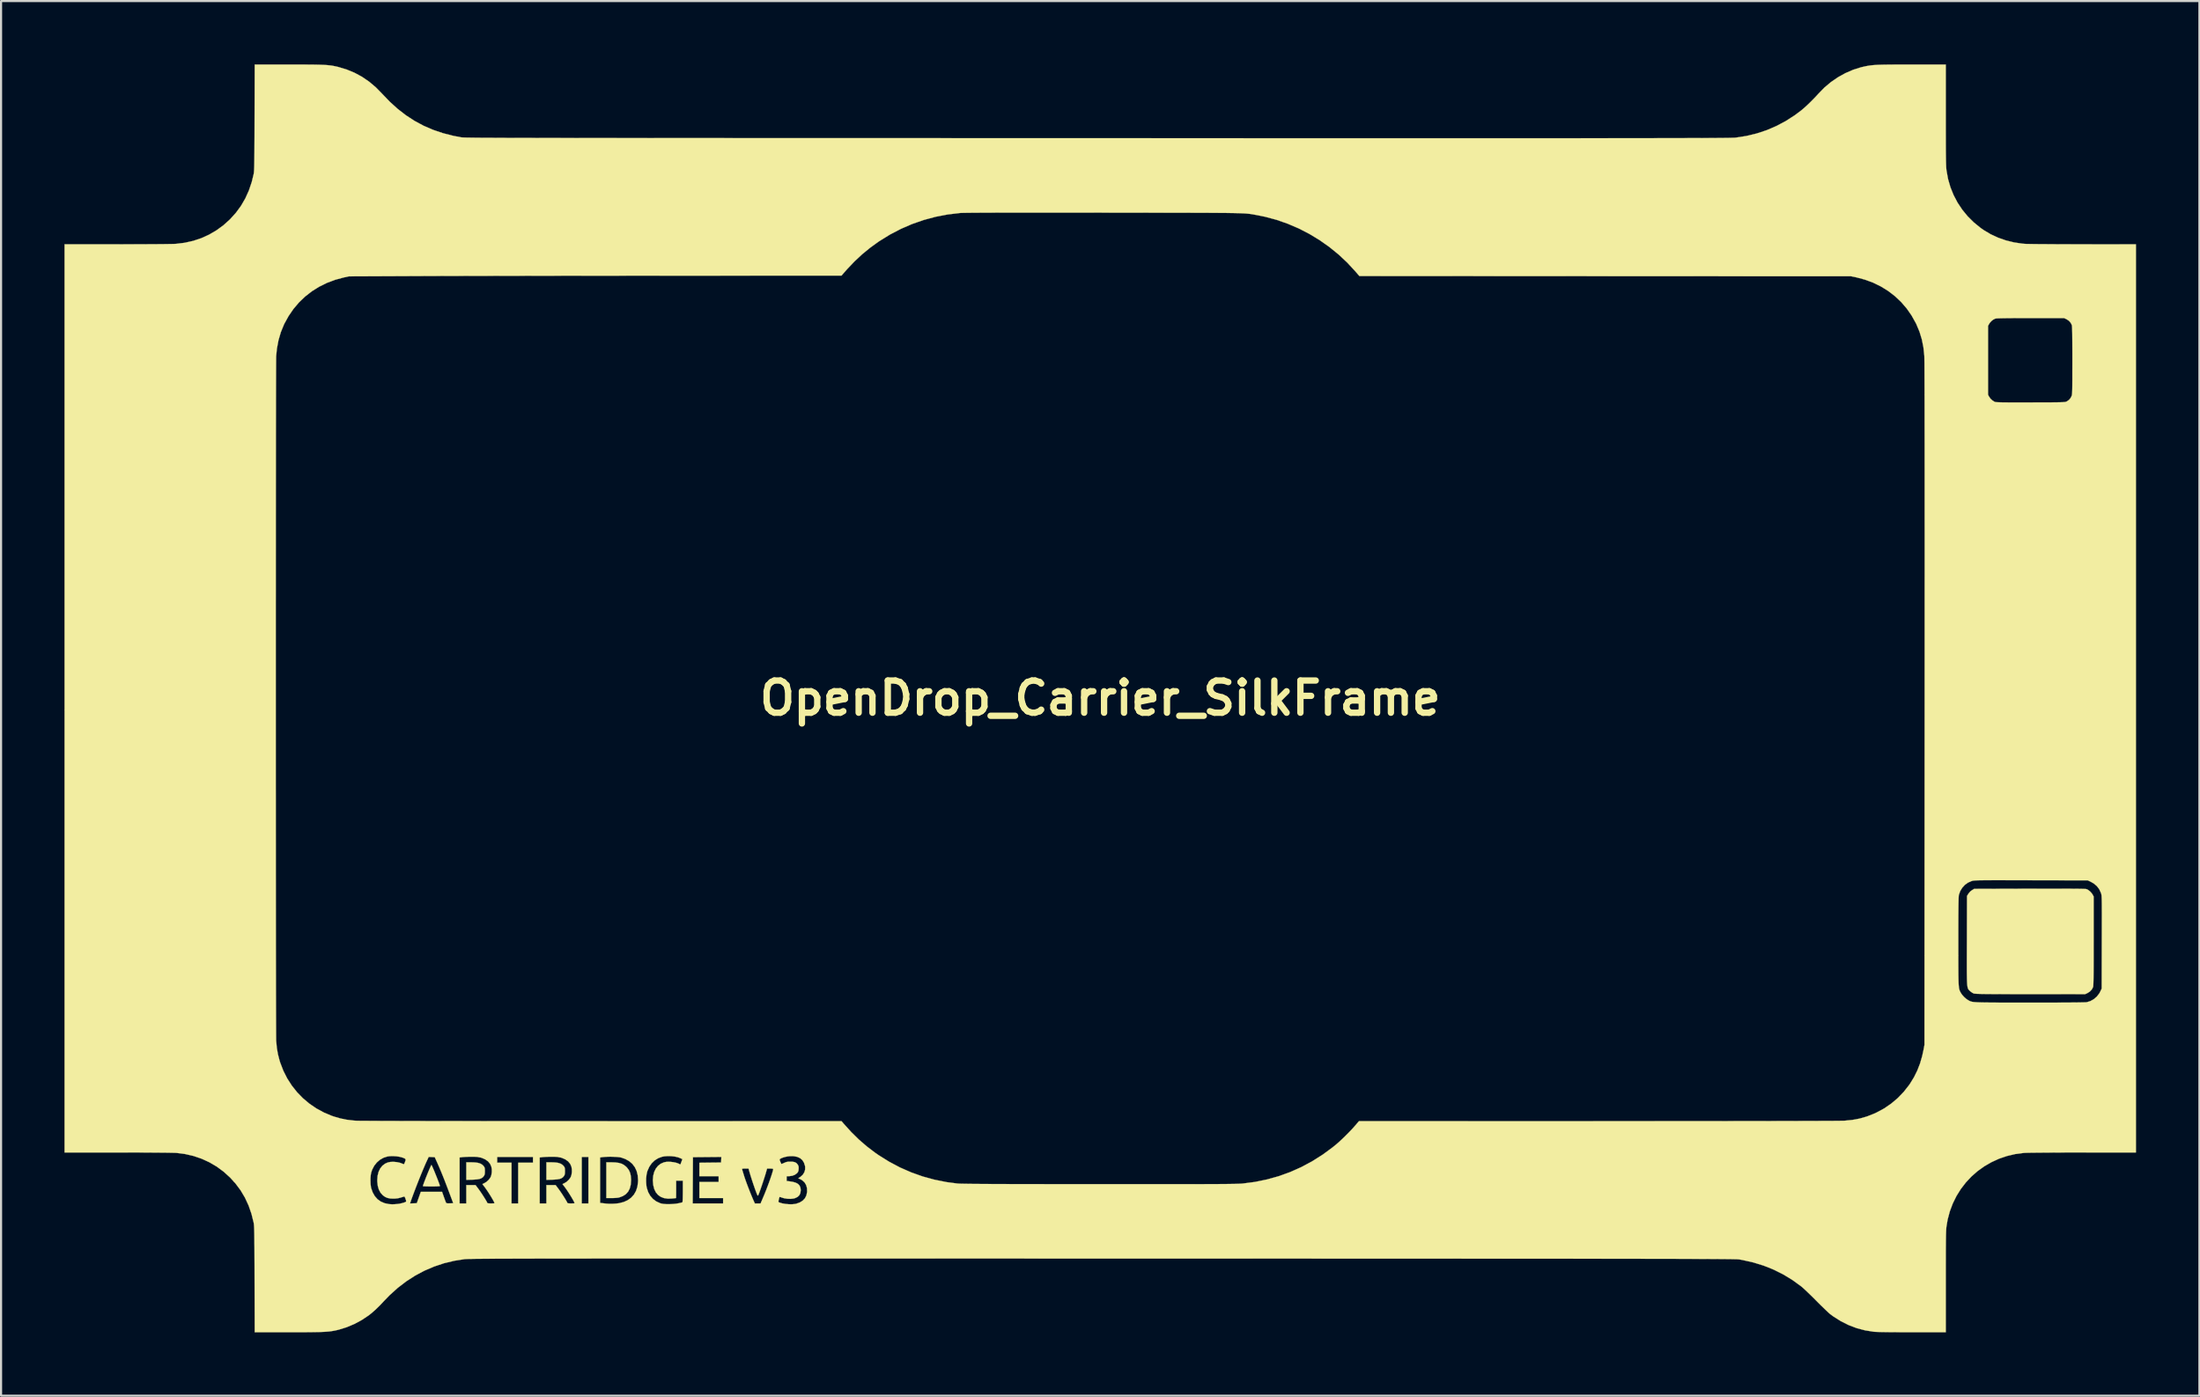
<source format=kicad_pcb>
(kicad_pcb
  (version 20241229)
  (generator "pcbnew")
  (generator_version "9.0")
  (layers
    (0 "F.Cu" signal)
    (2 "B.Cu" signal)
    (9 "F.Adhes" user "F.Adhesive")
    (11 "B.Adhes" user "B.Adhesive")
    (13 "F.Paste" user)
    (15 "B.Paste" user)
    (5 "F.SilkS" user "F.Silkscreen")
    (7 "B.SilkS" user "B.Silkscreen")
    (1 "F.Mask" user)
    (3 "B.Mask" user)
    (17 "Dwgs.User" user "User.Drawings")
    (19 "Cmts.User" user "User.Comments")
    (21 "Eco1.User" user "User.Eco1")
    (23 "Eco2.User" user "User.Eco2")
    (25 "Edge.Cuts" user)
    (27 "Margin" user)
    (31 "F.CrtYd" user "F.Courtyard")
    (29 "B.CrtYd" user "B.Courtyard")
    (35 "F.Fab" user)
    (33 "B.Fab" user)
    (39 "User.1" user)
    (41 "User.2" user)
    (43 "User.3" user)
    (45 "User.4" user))
  (footprint "OpenDrop_Carrier_SilkFrame"
    (layer "F.Cu")
    (at 49.006 29.998)
    (property "Reference" "OpenDrop_Carrier_SilkFrame" (at 0 0 0) (layer "F.SilkS") (effects (font (size 1.524 1.524) (thickness 0.3))))
    (attr through_hole)
    (fp_poly (pts (xy -29.595 21.977) (xy -29.454 21.994) (xy -29.341 22.027) (xy -29.252 22.075) (xy -29.181 22.141) (xy -29.159 22.168) (xy -29.135 22.21) (xy -29.121 22.261) (xy -29.115 22.334) (xy -29.115 22.391) (xy -29.117 22.48) (xy -29.125 22.541) (xy -29.143 22.588) (xy -29.166 22.625) (xy -29.216 22.682) (xy -29.279 22.725) (xy -29.36 22.756) (xy -29.467 22.776) (xy -29.605 22.788) (xy -29.702 22.793) (xy -29.993 22.801) (xy -29.993 21.971) (xy -29.772 21.971) (xy -29.595 21.977)) (stroke (width 0.01) (type solid)) (fill yes) (layer "F.SilkS"))
    (fp_poly (pts (xy -25.806 21.977) (xy -25.665 21.994) (xy -25.553 22.027) (xy -25.463 22.075) (xy -25.392 22.141) (xy -25.37 22.168) (xy -25.346 22.21) (xy -25.332 22.261) (xy -25.327 22.334) (xy -25.326 22.391) (xy -25.328 22.48) (xy -25.336 22.541) (xy -25.354 22.588) (xy -25.377 22.625) (xy -25.427 22.682) (xy -25.49 22.725) (xy -25.571 22.756) (xy -25.678 22.776) (xy -25.816 22.788) (xy -25.913 22.793) (xy -26.204 22.801) (xy -26.204 21.971) (xy -25.983 21.971) (xy -25.806 21.977)) (stroke (width 0.01) (type solid)) (fill yes) (layer "F.SilkS"))
    (fp_poly (pts (xy -22.942 21.978) (xy -22.782 21.999) (xy -22.648 22.038) (xy -22.535 22.097) (xy -22.434 22.177) (xy -22.387 22.226) (xy -22.304 22.338) (xy -22.246 22.464) (xy -22.212 22.611) (xy -22.199 22.787) (xy -22.199 22.828) (xy -22.214 23.034) (xy -22.26 23.21) (xy -22.336 23.357) (xy -22.443 23.476) (xy -22.582 23.567) (xy -22.753 23.632) (xy -22.765 23.636) (xy -22.832 23.648) (xy -22.928 23.657) (xy -23.04 23.663) (xy -23.119 23.664) (xy -23.368 23.664) (xy -23.368 21.971) (xy -23.136 21.971) (xy -22.942 21.978)) (stroke (width 0.01) (type solid)) (fill yes) (layer "F.SilkS"))
    (fp_poly (pts (xy -31.63 22.117) (xy -31.605 22.169) (xy -31.57 22.247) (xy -31.528 22.346) (xy -31.481 22.459) (xy -31.433 22.579) (xy -31.384 22.7) (xy -31.339 22.816) (xy -31.3 22.92) (xy -31.269 23.005) (xy -31.249 23.066) (xy -31.242 23.094) (xy -31.262 23.101) (xy -31.319 23.106) (xy -31.408 23.111) (xy -31.523 23.113) (xy -31.644 23.114) (xy -31.769 23.113) (xy -31.879 23.111) (xy -31.966 23.108) (xy -32.024 23.103) (xy -32.046 23.098) (xy -32.046 23.098) (xy -32.039 23.065) (xy -32.018 23.002) (xy -31.986 22.914) (xy -31.946 22.809) (xy -31.901 22.692) (xy -31.852 22.57) (xy -31.803 22.45) (xy -31.756 22.338) (xy -31.714 22.241) (xy -31.68 22.164) (xy -31.655 22.114) (xy -31.643 22.098) (xy -31.63 22.117)) (stroke (width 0.01) (type solid)) (fill yes) (layer "F.SilkS"))
    (fp_poly (pts (xy 45.436 9.02) (xy 45.707 9.021) (xy 45.942 9.022) (xy 46.142 9.023) (xy 46.307 9.025) (xy 46.439 9.027) (xy 46.54 9.03) (xy 46.61 9.033) (xy 46.65 9.037) (xy 46.658 9.038) (xy 46.744 9.08) (xy 46.833 9.149) (xy 46.912 9.235) (xy 46.954 9.301) (xy 47.001 9.387) (xy 47.001 11.493) (xy 47 11.85) (xy 47 12.167) (xy 47 12.446) (xy 46.999 12.689) (xy 46.998 12.9) (xy 46.996 13.08) (xy 46.995 13.231) (xy 46.993 13.356) (xy 46.99 13.457) (xy 46.987 13.536) (xy 46.984 13.597) (xy 46.98 13.64) (xy 46.975 13.669) (xy 46.972 13.681) (xy 46.912 13.793) (xy 46.819 13.89) (xy 46.704 13.963) (xy 46.598 14.012) (xy 44.005 14.01) (xy 43.614 14.01) (xy 43.263 14.01) (xy 42.949 14.009) (xy 42.672 14.009) (xy 42.427 14.008) (xy 42.215 14.007) (xy 42.031 14.005) (xy 41.874 14.004) (xy 41.743 14.002) (xy 41.633 14) (xy 41.544 13.997) (xy 41.473 13.995) (xy 41.419 13.991) (xy 41.378 13.988) (xy 41.348 13.984) (xy 41.328 13.979) (xy 41.324 13.978) (xy 41.256 13.943) (xy 41.184 13.891) (xy 41.15 13.862) (xy 41.126 13.838) (xy 41.105 13.817) (xy 41.086 13.796) (xy 41.069 13.772) (xy 41.055 13.743) (xy 41.043 13.706) (xy 41.033 13.659) (xy 41.024 13.599) (xy 41.017 13.525) (xy 41.012 13.432) (xy 41.008 13.319) (xy 41.005 13.184) (xy 41.003 13.023) (xy 41.002 12.834) (xy 41.002 12.615) (xy 41.002 12.363) (xy 41.003 12.076) (xy 41.004 11.751) (xy 41.005 11.469) (xy 41.01 9.363) (xy 41.074 9.259) (xy 41.156 9.159) (xy 41.242 9.092) (xy 41.346 9.028) (xy 43.962 9.021) (xy 44.391 9.02) (xy 44.779 9.02) (xy 45.127 9.02) (xy 45.436 9.02)) (stroke (width 0.01) (type solid)) (fill yes) (layer "F.SilkS"))
    (fp_poly (pts (xy -38.071 -29.993) (xy -37.78 -29.992) (xy -37.525 -29.991) (xy -37.303 -29.99) (xy -37.109 -29.987) (xy -36.941 -29.983) (xy -36.796 -29.978) (xy -36.67 -29.972) (xy -36.559 -29.964) (xy -36.461 -29.954) (xy -36.372 -29.943) (xy -36.289 -29.929) (xy -36.209 -29.913) (xy -36.127 -29.895) (xy -36.057 -29.879) (xy -35.661 -29.76) (xy -35.285 -29.605) (xy -34.928 -29.412) (xy -34.59 -29.181) (xy -34.273 -28.913) (xy -33.982 -28.616) (xy -33.617 -28.235) (xy -33.24 -27.893) (xy -32.849 -27.59) (xy -32.442 -27.325) (xy -32.016 -27.096) (xy -31.57 -26.903) (xy -31.101 -26.744) (xy -30.608 -26.618) (xy -30.243 -26.548) (xy -30.232 -26.547) (xy -30.217 -26.545) (xy -30.198 -26.544) (xy -30.175 -26.542) (xy -30.147 -26.541) (xy -30.113 -26.539) (xy -30.073 -26.538) (xy -30.025 -26.536) (xy -29.97 -26.535) (xy -29.906 -26.534) (xy -29.833 -26.533) (xy -29.751 -26.532) (xy -29.658 -26.531) (xy -29.554 -26.529) (xy -29.438 -26.528) (xy -29.31 -26.527) (xy -29.17 -26.526) (xy -29.015 -26.526) (xy -28.846 -26.525) (xy -28.663 -26.524) (xy -28.463 -26.523) (xy -28.248 -26.522) (xy -28.015 -26.521) (xy -27.765 -26.521) (xy -27.497 -26.52) (xy -27.21 -26.519) (xy -26.904 -26.519) (xy -26.577 -26.518) (xy -26.23 -26.517) (xy -25.861 -26.517) (xy -25.47 -26.516) (xy -25.057 -26.516) (xy -24.62 -26.515) (xy -24.159 -26.515) (xy -23.673 -26.514) (xy -23.162 -26.514) (xy -22.625 -26.513) (xy -22.061 -26.513) (xy -21.47 -26.513) (xy -20.851 -26.512) (xy -20.203 -26.512) (xy -19.526 -26.511) (xy -18.82 -26.511) (xy -18.082 -26.511) (xy -17.314 -26.51) (xy -16.513 -26.51) (xy -15.681 -26.51) (xy -14.814 -26.51) (xy -13.915 -26.509) (xy -12.98 -26.509) (xy -12.011 -26.509) (xy -11.006 -26.508) (xy -9.964 -26.508) (xy -8.885 -26.508) (xy -7.769 -26.508) (xy -6.614 -26.507) (xy -5.42 -26.507) (xy -4.187 -26.507) (xy -2.913 -26.506) (xy -1.598 -26.506) (xy -0.242 -26.506) (xy -0.127 -26.506) (xy 1.238 -26.506) (xy 2.561 -26.505) (xy 3.842 -26.505) (xy 5.084 -26.505) (xy 6.286 -26.505) (xy 7.448 -26.504) (xy 8.572 -26.504) (xy 9.659 -26.504) (xy 10.708 -26.504) (xy 11.721 -26.504) (xy 12.698 -26.504) (xy 13.639 -26.504) (xy 14.546 -26.504) (xy 15.419 -26.504) (xy 16.259 -26.503) (xy 17.066 -26.503) (xy 17.841 -26.504) (xy 18.585 -26.504) (xy 19.298 -26.504) (xy 19.981 -26.504) (xy 20.635 -26.504) (xy 21.26 -26.504) (xy 21.857 -26.504) (xy 22.426 -26.504) (xy 22.969 -26.505) (xy 23.485 -26.505) (xy 23.976 -26.505) (xy 24.442 -26.506) (xy 24.883 -26.506) (xy 25.301 -26.506) (xy 25.697 -26.507) (xy 26.069 -26.507) (xy 26.421 -26.508) (xy 26.751 -26.508) (xy 27.061 -26.509) (xy 27.351 -26.509) (xy 27.622 -26.51) (xy 27.874 -26.511) (xy 28.109 -26.511) (xy 28.327 -26.512) (xy 28.528 -26.513) (xy 28.714 -26.513) (xy 28.884 -26.514) (xy 29.04 -26.515) (xy 29.182 -26.516) (xy 29.31 -26.517) (xy 29.426 -26.518) (xy 29.53 -26.519) (xy 29.623 -26.52) (xy 29.705 -26.521) (xy 29.777 -26.523) (xy 29.839 -26.524) (xy 29.893 -26.525) (xy 29.939 -26.526) (xy 29.978 -26.528) (xy 30.009 -26.529) (xy 30.035 -26.53) (xy 30.055 -26.532) (xy 30.067 -26.533) (xy 30.569 -26.611) (xy 31.058 -26.729) (xy 31.533 -26.886) (xy 31.992 -27.083) (xy 32.435 -27.318) (xy 32.86 -27.592) (xy 33.163 -27.819) (xy 33.29 -27.926) (xy 33.435 -28.057) (xy 33.589 -28.205) (xy 33.744 -28.361) (xy 33.892 -28.516) (xy 33.984 -28.617) (xy 34.266 -28.906) (xy 34.575 -29.165) (xy 34.905 -29.392) (xy 35.254 -29.585) (xy 35.617 -29.743) (xy 35.991 -29.861) (xy 36.191 -29.907) (xy 36.271 -29.923) (xy 36.348 -29.936) (xy 36.426 -29.948) (xy 36.508 -29.958) (xy 36.597 -29.966) (xy 36.698 -29.973) (xy 36.813 -29.979) (xy 36.946 -29.983) (xy 37.099 -29.987) (xy 37.277 -29.989) (xy 37.483 -29.991) (xy 37.72 -29.992) (xy 37.992 -29.993) (xy 38.302 -29.993) (xy 38.406 -29.993) (xy 40.005 -29.993) (xy 40.005 -27.613) (xy 40.005 -27.234) (xy 40.005 -26.895) (xy 40.006 -26.593) (xy 40.006 -26.326) (xy 40.007 -26.092) (xy 40.008 -25.887) (xy 40.01 -25.71) (xy 40.012 -25.559) (xy 40.014 -25.429) (xy 40.017 -25.32) (xy 40.02 -25.229) (xy 40.023 -25.152) (xy 40.027 -25.088) (xy 40.032 -25.035) (xy 40.037 -24.989) (xy 40.038 -24.983) (xy 40.111 -24.578) (xy 40.224 -24.187) (xy 40.375 -23.813) (xy 40.562 -23.457) (xy 40.785 -23.121) (xy 41.041 -22.809) (xy 41.331 -22.521) (xy 41.651 -22.26) (xy 41.806 -22.152) (xy 42.13 -21.959) (xy 42.48 -21.797) (xy 42.849 -21.668) (xy 43.232 -21.573) (xy 43.622 -21.515) (xy 43.741 -21.505) (xy 43.798 -21.502) (xy 43.894 -21.5) (xy 44.027 -21.498) (xy 44.193 -21.495) (xy 44.39 -21.493) (xy 44.613 -21.492) (xy 44.861 -21.49) (xy 45.13 -21.488) (xy 45.418 -21.487) (xy 45.721 -21.486) (xy 46.035 -21.485) (xy 46.36 -21.485) (xy 46.508 -21.485) (xy 49.001 -21.484) (xy 49.001 21.505) (xy 46.477 21.506) (xy 46.12 21.506) (xy 45.777 21.506) (xy 45.452 21.507) (xy 45.146 21.509) (xy 44.861 21.51) (xy 44.602 21.512) (xy 44.369 21.514) (xy 44.166 21.516) (xy 43.995 21.518) (xy 43.859 21.521) (xy 43.76 21.524) (xy 43.701 21.527) (xy 43.699 21.527) (xy 43.292 21.58) (xy 42.899 21.673) (xy 42.523 21.801) (xy 42.165 21.965) (xy 41.827 22.161) (xy 41.511 22.387) (xy 41.22 22.643) (xy 40.955 22.926) (xy 40.718 23.234) (xy 40.511 23.565) (xy 40.337 23.918) (xy 40.197 24.29) (xy 40.093 24.679) (xy 40.038 25.004) (xy 40.032 25.049) (xy 40.028 25.101) (xy 40.024 25.163) (xy 40.02 25.238) (xy 40.017 25.327) (xy 40.014 25.433) (xy 40.012 25.56) (xy 40.01 25.708) (xy 40.009 25.881) (xy 40.007 26.082) (xy 40.006 26.311) (xy 40.006 26.573) (xy 40.005 26.87) (xy 40.005 27.204) (xy 40.005 27.577) (xy 40.005 27.634) (xy 40.005 30.014) (xy 38.406 30.014) (xy 38.09 30.014) (xy 37.798 30.013) (xy 37.531 30.012) (xy 37.292 30.01) (xy 37.084 30.007) (xy 36.908 30.004) (xy 36.767 30) (xy 36.665 29.996) (xy 36.602 29.992) (xy 36.602 29.992) (xy 36.19 29.926) (xy 35.791 29.821) (xy 35.407 29.675) (xy 35.038 29.49) (xy 34.683 29.265) (xy 34.544 29.163) (xy 34.496 29.123) (xy 34.424 29.057) (xy 34.331 28.969) (xy 34.222 28.864) (xy 34.101 28.747) (xy 33.974 28.621) (xy 33.877 28.523) (xy 33.746 28.391) (xy 33.615 28.263) (xy 33.491 28.143) (xy 33.378 28.035) (xy 33.281 27.945) (xy 33.206 27.877) (xy 33.168 27.846) (xy 32.754 27.545) (xy 32.321 27.281) (xy 31.866 27.053) (xy 31.392 26.863) (xy 30.896 26.71) (xy 30.38 26.594) (xy 30.243 26.57) (xy 30.232 26.568) (xy 30.217 26.566) (xy 30.198 26.565) (xy 30.175 26.563) (xy 30.147 26.562) (xy 30.113 26.56) (xy 30.073 26.559) (xy 30.025 26.558) (xy 29.97 26.556) (xy 29.906 26.555) (xy 29.833 26.554) (xy 29.751 26.553) (xy 29.658 26.552) (xy 29.554 26.551) (xy 29.438 26.55) (xy 29.31 26.549) (xy 29.17 26.548) (xy 29.015 26.547) (xy 28.846 26.546) (xy 28.663 26.545) (xy 28.463 26.544) (xy 28.248 26.543) (xy 28.015 26.543) (xy 27.765 26.542) (xy 27.497 26.541) (xy 27.21 26.54) (xy 26.904 26.54) (xy 26.577 26.539) (xy 26.23 26.539) (xy 25.861 26.538) (xy 25.47 26.537) (xy 25.057 26.537) (xy 24.62 26.536) (xy 24.159 26.536) (xy 23.673 26.535) (xy 23.162 26.535) (xy 22.625 26.535) (xy 22.061 26.534) (xy 21.47 26.534) (xy 20.851 26.533) (xy 20.203 26.533) (xy 19.526 26.533) (xy 18.82 26.532) (xy 18.082 26.532) (xy 17.314 26.532) (xy 16.513 26.531) (xy 15.681 26.531) (xy 14.814 26.531) (xy 13.915 26.53) (xy 12.98 26.53) (xy 12.011 26.53) (xy 11.006 26.53) (xy 9.964 26.529) (xy 8.885 26.529) (xy 7.769 26.529) (xy 6.614 26.528) (xy 5.42 26.528) (xy 4.187 26.528) (xy 2.913 26.528) (xy 1.598 26.527) (xy 0.242 26.527) (xy 0.127 26.527) (xy -1.238 26.527) (xy -2.561 26.527) (xy -3.842 26.526) (xy -5.084 26.526) (xy -6.286 26.526) (xy -7.448 26.526) (xy -8.572 26.525) (xy -9.659 26.525) (xy -10.708 26.525) (xy -11.721 26.525) (xy -12.698 26.525) (xy -13.639 26.525) (xy -14.546 26.525) (xy -15.419 26.525) (xy -16.259 26.525) (xy -17.066 26.525) (xy -17.841 26.525) (xy -18.585 26.525) (xy -19.298 26.525) (xy -19.981 26.525) (xy -20.635 26.525) (xy -21.26 26.525) (xy -21.857 26.525) (xy -22.426 26.526) (xy -22.969 26.526) (xy -23.485 26.526) (xy -23.976 26.526) (xy -24.442 26.527) (xy -24.883 26.527) (xy -25.301 26.527) (xy -25.697 26.528) (xy -26.069 26.528) (xy -26.421 26.529) (xy -26.751 26.529) (xy -27.061 26.53) (xy -27.351 26.53) (xy -27.622 26.531) (xy -27.874 26.532) (xy -28.109 26.532) (xy -28.327 26.533) (xy -28.528 26.534) (xy -28.714 26.535) (xy -28.884 26.535) (xy -29.04 26.536) (xy -29.182 26.537) (xy -29.31 26.538) (xy -29.426 26.539) (xy -29.53 26.54) (xy -29.623 26.541) (xy -29.705 26.543) (xy -29.777 26.544) (xy -29.839 26.545) (xy -29.893 26.546) (xy -29.939 26.547) (xy -29.978 26.549) (xy -30.009 26.55) (xy -30.035 26.552) (xy -30.055 26.553) (xy -30.067 26.554) (xy -30.565 26.632) (xy -31.05 26.749) (xy -31.52 26.906) (xy -31.976 27.101) (xy -32.414 27.335) (xy -32.835 27.606) (xy -33.237 27.914) (xy -33.618 28.258) (xy -33.878 28.526) (xy -34.091 28.752) (xy -34.287 28.943) (xy -34.469 29.104) (xy -34.615 29.219) (xy -34.943 29.438) (xy -35.292 29.625) (xy -35.653 29.777) (xy -36.02 29.891) (xy -36.052 29.899) (xy -36.137 29.919) (xy -36.219 29.937) (xy -36.3 29.952) (xy -36.384 29.965) (xy -36.475 29.977) (xy -36.574 29.986) (xy -36.687 29.994) (xy -36.816 30) (xy -36.964 30.005) (xy -37.135 30.008) (xy -37.332 30.011) (xy -37.559 30.013) (xy -37.819 30.014) (xy -38.114 30.014) (xy -38.401 30.014) (xy -40.004 30.014) (xy -40.011 27.511) (xy -40.012 27.129) (xy -40.013 26.787) (xy -40.015 26.482) (xy -40.016 26.213) (xy -40.017 25.976) (xy -40.019 25.77) (xy -40.02 25.591) (xy -40.022 25.438) (xy -40.024 25.309) (xy -40.027 25.2) (xy -40.03 25.11) (xy -40.033 25.036) (xy -40.037 24.975) (xy -40.041 24.926) (xy -40.045 24.886) (xy -40.05 24.852) (xy -40.054 24.828) (xy -40.158 24.408) (xy -40.296 24.012) (xy -40.468 23.641) (xy -40.675 23.293) (xy -40.918 22.968) (xy -41.002 22.876) (xy -34.529 22.876) (xy -34.521 23.025) (xy -34.504 23.153) (xy -34.495 23.193) (xy -34.422 23.4) (xy -34.321 23.576) (xy -34.193 23.72) (xy -34.039 23.83) (xy -33.859 23.907) (xy -33.655 23.95) (xy -33.501 23.96) (xy -33.387 23.956) (xy -33.268 23.947) (xy -33.163 23.933) (xy -33.137 23.928) (xy -33.101 23.92) (xy -32.658 23.92) (xy -32.497 23.914) (xy -32.336 23.908) (xy -32.146 23.368) (xy -31.141 23.368) (xy -31.053 23.617) (xy -31.018 23.714) (xy -30.987 23.799) (xy -30.963 23.861) (xy -30.949 23.892) (xy -30.948 23.893) (xy -30.922 23.908) (xy -30.865 23.915) (xy -30.772 23.914) (xy -30.771 23.914) (xy -30.611 23.908) (xy -30.817 23.357) (xy -30.922 23.08) (xy -31.016 22.835) (xy -31.102 22.618) (xy -31.183 22.42) (xy -31.261 22.235) (xy -31.339 22.056) (xy -31.367 21.992) (xy -31.48 21.742) (xy -30.311 21.742) (xy -30.311 23.918) (xy -29.993 23.918) (xy -29.993 23.05) (xy -29.556 23.05) (xy -29.409 23.246) (xy -29.352 23.326) (xy -29.288 23.419) (xy -29.221 23.52) (xy -29.156 23.622) (xy -29.097 23.717) (xy -29.048 23.799) (xy -29.014 23.861) (xy -28.999 23.897) (xy -28.998 23.9) (xy -28.979 23.909) (xy -28.927 23.915) (xy -28.853 23.918) (xy -28.829 23.918) (xy -28.75 23.917) (xy -28.691 23.914) (xy -28.661 23.909) (xy -28.66 23.907) (xy -28.671 23.871) (xy -28.702 23.807) (xy -28.75 23.721) (xy -28.809 23.619) (xy -28.877 23.509) (xy -28.948 23.397) (xy -29.02 23.289) (xy -29.088 23.192) (xy -29.113 23.158) (xy -29.231 23.001) (xy -29.149 22.964) (xy -29.039 22.897) (xy -28.936 22.804) (xy -28.857 22.697) (xy -28.836 22.659) (xy -28.804 22.555) (xy -28.787 22.428) (xy -28.788 22.297) (xy -28.808 22.18) (xy -28.867 22.045) (xy -28.963 21.929) (xy -29.094 21.834) (xy -29.258 21.762) (xy -29.283 21.754) (xy -29.355 21.734) (xy -29.426 21.72) (xy -29.458 21.717) (xy -28.533 21.717) (xy -28.533 21.992) (xy -27.855 21.992) (xy -27.855 23.918) (xy -27.538 23.918) (xy -27.538 21.992) (xy -26.839 21.992) (xy -26.839 21.742) (xy -26.522 21.742) (xy -26.522 23.918) (xy -26.204 23.918) (xy -26.204 23.05) (xy -25.767 23.05) (xy -25.62 23.246) (xy -25.563 23.326) (xy -25.499 23.419) (xy -25.432 23.52) (xy -25.367 23.622) (xy -25.308 23.717) (xy -25.26 23.799) (xy -25.225 23.861) (xy -25.21 23.897) (xy -25.209 23.9) (xy -25.19 23.909) (xy -25.138 23.915) (xy -25.064 23.918) (xy -25.04 23.918) (xy -24.962 23.917) (xy -24.902 23.914) (xy -24.873 23.909) (xy -24.871 23.907) (xy -24.882 23.871) (xy -24.913 23.807) (xy -24.961 23.721) (xy -25.02 23.619) (xy -25.088 23.509) (xy -25.159 23.397) (xy -25.231 23.289) (xy -25.299 23.192) (xy -25.324 23.158) (xy -25.442 23.001) (xy -25.36 22.964) (xy -25.25 22.897) (xy -25.148 22.804) (xy -25.068 22.697) (xy -25.048 22.659) (xy -25.015 22.555) (xy -24.998 22.428) (xy -25 22.297) (xy -25.019 22.18) (xy -25.078 22.045) (xy -25.174 21.929) (xy -25.305 21.834) (xy -25.469 21.762) (xy -25.494 21.754) (xy -25.566 21.734) (xy -25.637 21.72) (xy -25.669 21.717) (xy -24.532 21.717) (xy -24.532 23.918) (xy -24.215 23.918) (xy -24.215 21.741) (xy -23.664 21.741) (xy -23.664 23.894) (xy -23.553 23.906) (xy -23.475 23.915) (xy -23.404 23.923) (xy -23.379 23.926) (xy -23.242 23.935) (xy -23.083 23.935) (xy -22.922 23.926) (xy -22.779 23.909) (xy -22.762 23.907) (xy -22.543 23.85) (xy -22.353 23.763) (xy -22.192 23.646) (xy -22.062 23.501) (xy -21.965 23.33) (xy -21.9 23.132) (xy -21.869 22.913) (xy -21.487 22.913) (xy -21.472 23.089) (xy -21.453 23.187) (xy -21.388 23.386) (xy -21.29 23.56) (xy -21.162 23.706) (xy -21.007 23.822) (xy -20.827 23.905) (xy -20.765 23.924) (xy -20.661 23.942) (xy -20.528 23.952) (xy -20.378 23.953) (xy -20.221 23.946) (xy -20.07 23.931) (xy -19.995 23.918) (xy -19.283 23.918) (xy -17.843 23.918) (xy -17.843 23.664) (xy -18.965 23.664) (xy -18.965 22.902) (xy -18.055 22.902) (xy -18.055 22.627) (xy -18.965 22.627) (xy -18.965 22.3) (xy -16.947 22.3) (xy -16.946 22.304) (xy -16.936 22.338) (xy -16.916 22.403) (xy -16.889 22.491) (xy -16.858 22.593) (xy -16.85 22.62) (xy -16.811 22.738) (xy -16.759 22.886) (xy -16.697 23.054) (xy -16.629 23.231) (xy -16.559 23.409) (xy -16.49 23.578) (xy -16.427 23.728) (xy -16.396 23.797) (xy -16.341 23.918) (xy -16.07 23.918) (xy -16.036 23.839) (xy -15.225 23.839) (xy -15.213 23.858) (xy -15.184 23.873) (xy -15.18 23.874) (xy -15.051 23.914) (xy -14.899 23.941) (xy -14.737 23.956) (xy -14.579 23.958) (xy -14.439 23.944) (xy -14.383 23.932) (xy -14.211 23.87) (xy -14.074 23.784) (xy -13.972 23.675) (xy -13.904 23.541) (xy -13.871 23.383) (xy -13.869 23.356) (xy -13.875 23.189) (xy -13.917 23.043) (xy -13.992 22.919) (xy -14.099 22.822) (xy -14.178 22.777) (xy -14.285 22.727) (xy -14.189 22.663) (xy -14.08 22.568) (xy -14.004 22.451) (xy -13.963 22.32) (xy -13.961 22.181) (xy -13.968 22.141) (xy -14.018 21.988) (xy -14.095 21.865) (xy -14.201 21.774) (xy -14.336 21.713) (xy -14.5 21.682) (xy -14.678 21.68) (xy -14.782 21.691) (xy -14.89 21.712) (xy -14.992 21.74) (xy -15.078 21.772) (xy -15.141 21.805) (xy -15.169 21.834) (xy -15.165 21.864) (xy -15.148 21.915) (xy -15.124 21.975) (xy -15.098 22.026) (xy -15.082 22.051) (xy -15.062 22.045) (xy -15.014 22.026) (xy -14.952 21.998) (xy -14.875 21.966) (xy -14.805 21.948) (xy -14.723 21.94) (xy -14.658 21.94) (xy -14.534 21.946) (xy -14.442 21.969) (xy -14.372 22.01) (xy -14.317 22.075) (xy -14.308 22.088) (xy -14.28 22.143) (xy -14.269 22.2) (xy -14.27 22.278) (xy -14.271 22.29) (xy -14.28 22.368) (xy -14.298 22.422) (xy -14.333 22.47) (xy -14.352 22.49) (xy -14.446 22.56) (xy -14.568 22.607) (xy -14.708 22.627) (xy -14.736 22.627) (xy -14.838 22.627) (xy -14.838 22.857) (xy -14.716 22.87) (xy -14.54 22.898) (xy -14.401 22.939) (xy -14.297 22.996) (xy -14.227 23.072) (xy -14.185 23.168) (xy -14.171 23.286) (xy -14.171 23.294) (xy -14.188 23.425) (xy -14.237 23.53) (xy -14.32 23.61) (xy -14.438 23.666) (xy -14.516 23.687) (xy -14.653 23.702) (xy -14.806 23.696) (xy -14.955 23.673) (xy -15.052 23.644) (xy -15.114 23.623) (xy -15.159 23.611) (xy -15.172 23.611) (xy -15.182 23.635) (xy -15.197 23.687) (xy -15.209 23.736) (xy -15.223 23.802) (xy -15.225 23.839) (xy -16.036 23.839) (xy -15.932 23.593) (xy -15.868 23.44) (xy -15.803 23.277) (xy -15.739 23.109) (xy -15.677 22.943) (xy -15.62 22.784) (xy -15.57 22.637) (xy -15.528 22.509) (xy -15.497 22.404) (xy -15.478 22.328) (xy -15.473 22.294) (xy -15.489 22.278) (xy -15.539 22.27) (xy -15.618 22.267) (xy -15.763 22.267) (xy -15.822 22.474) (xy -15.849 22.565) (xy -15.886 22.682) (xy -15.929 22.815) (xy -15.976 22.958) (xy -16.024 23.1) (xy -16.07 23.233) (xy -16.111 23.349) (xy -16.144 23.44) (xy -16.162 23.483) (xy -16.185 23.533) (xy -16.202 23.547) (xy -16.216 23.533) (xy -16.24 23.481) (xy -16.274 23.395) (xy -16.316 23.282) (xy -16.363 23.15) (xy -16.413 23.004) (xy -16.464 22.852) (xy -16.512 22.701) (xy -16.557 22.557) (xy -16.595 22.427) (xy -16.606 22.389) (xy -16.64 22.267) (xy -16.799 22.267) (xy -16.879 22.268) (xy -16.926 22.273) (xy -16.946 22.282) (xy -16.947 22.3) (xy -18.965 22.3) (xy -18.965 21.993) (xy -18.452 21.987) (xy -17.939 21.982) (xy -17.932 21.849) (xy -17.926 21.716) (xy -18.599 21.722) (xy -19.272 21.728) (xy -19.283 23.918) (xy -19.995 23.918) (xy -19.942 23.909) (xy -19.864 23.892) (xy -19.803 23.876) (xy -19.769 23.865) (xy -19.767 23.864) (xy -19.762 23.84) (xy -19.757 23.78) (xy -19.753 23.69) (xy -19.751 23.575) (xy -19.749 23.442) (xy -19.748 23.346) (xy -19.748 22.839) (xy -20.066 22.839) (xy -20.066 23.252) (xy -20.066 23.379) (xy -20.067 23.49) (xy -20.068 23.579) (xy -20.069 23.639) (xy -20.071 23.664) (xy -20.071 23.664) (xy -20.093 23.667) (xy -20.147 23.673) (xy -20.222 23.681) (xy -20.249 23.684) (xy -20.455 23.692) (xy -20.637 23.666) (xy -20.793 23.606) (xy -20.923 23.514) (xy -21.027 23.389) (xy -21.102 23.233) (xy -21.149 23.047) (xy -21.167 22.831) (xy -21.167 22.809) (xy -21.15 22.607) (xy -21.103 22.427) (xy -21.027 22.271) (xy -20.925 22.141) (xy -20.798 22.042) (xy -20.65 21.975) (xy -20.537 21.951) (xy -20.431 21.945) (xy -20.309 21.951) (xy -20.185 21.967) (xy -20.068 21.992) (xy -19.97 22.024) (xy -19.903 22.059) (xy -19.901 22.061) (xy -19.884 22.074) (xy -19.871 22.073) (xy -19.856 22.051) (xy -19.836 22.002) (xy -19.815 21.945) (xy -19.77 21.823) (xy -19.857 21.779) (xy -19.979 21.733) (xy -20.128 21.699) (xy -20.294 21.68) (xy -20.463 21.676) (xy -20.622 21.688) (xy -20.73 21.708) (xy -20.917 21.777) (xy -21.083 21.882) (xy -21.224 22.019) (xy -21.339 22.187) (xy -21.425 22.382) (xy -21.433 22.404) (xy -21.467 22.555) (xy -21.486 22.73) (xy -21.487 22.913) (xy -21.869 22.913) (xy -21.869 22.91) (xy -21.866 22.818) (xy -21.883 22.587) (xy -21.935 22.38) (xy -22.021 22.199) (xy -22.14 22.043) (xy -22.291 21.914) (xy -22.474 21.812) (xy -22.669 21.744) (xy -22.753 21.729) (xy -22.868 21.717) (xy -23.004 21.71) (xy -23.15 21.706) (xy -23.295 21.707) (xy -23.429 21.713) (xy -23.541 21.724) (xy -23.543 21.724) (xy -23.664 21.741) (xy -24.215 21.741) (xy -24.215 21.717) (xy -24.532 21.717) (xy -25.669 21.717) (xy -25.719 21.712) (xy -25.821 21.708) (xy -25.94 21.707) (xy -26.063 21.708) (xy -26.185 21.711) (xy -26.292 21.717) (xy -26.373 21.723) (xy -26.379 21.724) (xy -26.522 21.742) (xy -26.839 21.742) (xy -26.839 21.717) (xy -28.533 21.717) (xy -29.458 21.717) (xy -29.507 21.712) (xy -29.61 21.708) (xy -29.729 21.707) (xy -29.852 21.708) (xy -29.974 21.711) (xy -30.081 21.717) (xy -30.161 21.723) (xy -30.168 21.724) (xy -30.311 21.742) (xy -31.48 21.742) (xy -31.487 21.728) (xy -31.63 21.721) (xy -31.773 21.715) (xy -31.869 21.92) (xy -31.935 22.066) (xy -32.011 22.244) (xy -32.096 22.446) (xy -32.186 22.667) (xy -32.278 22.897) (xy -32.368 23.129) (xy -32.455 23.356) (xy -32.535 23.571) (xy -32.605 23.765) (xy -32.62 23.808) (xy -32.658 23.92) (xy -33.101 23.92) (xy -33.047 23.908) (xy -32.964 23.885) (xy -32.904 23.864) (xy -32.903 23.864) (xy -32.865 23.847) (xy -32.844 23.831) (xy -32.84 23.805) (xy -32.85 23.759) (xy -32.875 23.685) (xy -32.882 23.664) (xy -32.904 23.616) (xy -32.924 23.592) (xy -32.927 23.591) (xy -32.955 23.598) (xy -33.012 23.614) (xy -33.085 23.637) (xy -33.094 23.64) (xy -33.225 23.673) (xy -33.368 23.688) (xy -33.433 23.69) (xy -33.592 23.684) (xy -33.722 23.658) (xy -33.832 23.611) (xy -33.935 23.537) (xy -33.95 23.524) (xy -34.056 23.404) (xy -34.133 23.258) (xy -34.182 23.085) (xy -34.204 22.882) (xy -34.205 22.81) (xy -34.19 22.605) (xy -34.143 22.422) (xy -34.068 22.265) (xy -33.966 22.135) (xy -33.837 22.037) (xy -33.714 21.981) (xy -33.588 21.954) (xy -33.439 21.948) (xy -33.282 21.962) (xy -33.132 21.994) (xy -33.003 22.043) (xy -32.996 22.047) (xy -32.965 22.061) (xy -32.944 22.058) (xy -32.925 22.031) (xy -32.902 21.974) (xy -32.895 21.956) (xy -32.871 21.888) (xy -32.865 21.84) (xy -32.883 21.807) (xy -32.929 21.778) (xy -33.009 21.748) (xy -33.041 21.737) (xy -33.162 21.707) (xy -33.307 21.686) (xy -33.461 21.677) (xy -33.607 21.68) (xy -33.723 21.695) (xy -33.91 21.754) (xy -34.079 21.85) (xy -34.227 21.978) (xy -34.351 22.135) (xy -34.446 22.316) (xy -34.494 22.46) (xy -34.516 22.578) (xy -34.527 22.722) (xy -34.529 22.876) (xy -41.002 22.876) (xy -41.166 22.695) (xy -41.471 22.418) (xy -41.798 22.176) (xy -42.147 21.971) (xy -42.514 21.802) (xy -42.899 21.671) (xy -43.298 21.579) (xy -43.696 21.527) (xy -43.762 21.524) (xy -43.868 21.521) (xy -44.013 21.518) (xy -44.195 21.515) (xy -44.413 21.513) (xy -44.664 21.511) (xy -44.948 21.509) (xy -45.261 21.507) (xy -45.603 21.506) (xy -45.972 21.506) (xy -46.365 21.505) (xy -46.485 21.505) (xy -49.001 21.505) (xy -49.001 -0.15) (xy -39.009 -0.15) (xy -39.009 0.573) (xy -39.009 1.294) (xy -39.009 2.013) (xy -39.009 2.729) (xy -39.009 3.439) (xy -39.009 4.144) (xy -39.008 4.841) (xy -39.008 5.53) (xy -39.008 6.209) (xy -39.007 6.876) (xy -39.007 7.531) (xy -39.007 8.173) (xy -39.006 8.799) (xy -39.006 9.409) (xy -39.005 10.002) (xy -39.005 10.575) (xy -39.004 11.129) (xy -39.004 11.661) (xy -39.003 12.171) (xy -39.002 12.656) (xy -39.001 13.117) (xy -39.001 13.55) (xy -39 13.957) (xy -38.999 14.334) (xy -38.998 14.681) (xy -38.997 14.996) (xy -38.996 15.278) (xy -38.995 15.527) (xy -38.994 15.739) (xy -38.993 15.916) (xy -38.992 16.054) (xy -38.991 16.153) (xy -38.99 16.212) (xy -38.989 16.224) (xy -38.959 16.551) (xy -38.907 16.854) (xy -38.831 17.148) (xy -38.797 17.257) (xy -38.65 17.639) (xy -38.467 18.001) (xy -38.25 18.339) (xy -38.001 18.653) (xy -37.723 18.939) (xy -37.417 19.196) (xy -37.086 19.422) (xy -36.731 19.615) (xy -36.355 19.773) (xy -36.245 19.81) (xy -35.951 19.895) (xy -35.654 19.955) (xy -35.34 19.993) (xy -35.211 20.003) (xy -35.167 20.004) (xy -35.083 20.006) (xy -34.957 20.007) (xy -34.793 20.008) (xy -34.589 20.009) (xy -34.348 20.011) (xy -34.071 20.012) (xy -33.757 20.013) (xy -33.409 20.014) (xy -33.026 20.015) (xy -32.611 20.016) (xy -32.163 20.017) (xy -31.685 20.018) (xy -31.176 20.018) (xy -30.638 20.019) (xy -30.071 20.02) (xy -29.477 20.02) (xy -28.857 20.021) (xy -28.211 20.021) (xy -27.54 20.022) (xy -26.846 20.022) (xy -26.129 20.023) (xy -25.39 20.023) (xy -24.63 20.023) (xy -23.851 20.023) (xy -23.567 20.023) (xy -12.241 20.024) (xy -12.127 20.156) (xy -11.777 20.543) (xy -11.42 20.894) (xy -11.05 21.214) (xy -10.661 21.511) (xy -10.488 21.631) (xy -9.99 21.942) (xy -9.476 22.215) (xy -8.948 22.447) (xy -8.404 22.641) (xy -7.845 22.794) (xy -7.271 22.909) (xy -6.752 22.977) (xy -6.716 22.979) (xy -6.664 22.982) (xy -6.593 22.984) (xy -6.503 22.986) (xy -6.392 22.988) (xy -6.26 22.99) (xy -6.104 22.992) (xy -5.925 22.994) (xy -5.72 22.995) (xy -5.489 22.997) (xy -5.23 22.998) (xy -4.942 22.999) (xy -4.625 23) (xy -4.275 23.001) (xy -3.894 23.002) (xy -3.478 23.003) (xy -3.028 23.003) (xy -2.542 23.004) (xy -2.019 23.005) (xy -1.457 23.005) (xy -0.855 23.005) (xy -0.213 23.006) (xy -0.04 23.006) (xy 0.589 23.006) (xy 1.177 23.006) (xy 1.726 23.006) (xy 2.237 23.006) (xy 2.711 23.006) (xy 3.15 23.006) (xy 3.556 23.006) (xy 3.929 23.005) (xy 4.271 23.005) (xy 4.583 23.004) (xy 4.868 23.004) (xy 5.126 23.003) (xy 5.359 23.002) (xy 5.568 23.001) (xy 5.755 23) (xy 5.921 22.999) (xy 6.067 22.997) (xy 6.196 22.995) (xy 6.308 22.994) (xy 6.405 22.992) (xy 6.488 22.989) (xy 6.559 22.987) (xy 6.619 22.985) (xy 6.669 22.982) (xy 6.712 22.979) (xy 6.743 22.976) (xy 7.325 22.9) (xy 7.894 22.783) (xy 8.451 22.627) (xy 8.993 22.431) (xy 9.519 22.196) (xy 10.029 21.922) (xy 10.521 21.611) (xy 10.994 21.263) (xy 11.187 21.105) (xy 11.314 20.993) (xy 11.459 20.858) (xy 11.613 20.708) (xy 11.766 20.554) (xy 11.909 20.404) (xy 12.032 20.267) (xy 12.074 20.219) (xy 12.24 20.024) (xy 23.566 20.023) (xy 24.353 20.023) (xy 25.12 20.023) (xy 25.867 20.023) (xy 26.592 20.022) (xy 27.294 20.022) (xy 27.973 20.022) (xy 28.628 20.021) (xy 29.258 20.021) (xy 29.862 20.02) (xy 30.438 20.019) (xy 30.986 20.019) (xy 31.506 20.018) (xy 31.995 20.017) (xy 32.454 20.016) (xy 32.881 20.015) (xy 33.275 20.014) (xy 33.636 20.013) (xy 33.962 20.012) (xy 34.253 20.011) (xy 34.507 20.01) (xy 34.724 20.009) (xy 34.903 20.007) (xy 35.042 20.006) (xy 35.142 20.005) (xy 35.2 20.003) (xy 35.211 20.003) (xy 35.587 19.965) (xy 35.939 19.899) (xy 36.278 19.801) (xy 36.613 19.669) (xy 36.724 19.618) (xy 37.085 19.424) (xy 37.421 19.194) (xy 37.732 18.932) (xy 38.014 18.639) (xy 38.267 18.317) (xy 38.315 18.247) (xy 38.503 17.941) (xy 38.659 17.625) (xy 38.788 17.292) (xy 38.891 16.934) (xy 38.953 16.648) (xy 38.997 16.415) (xy 38.999 11.875) (xy 40.598 11.875) (xy 40.598 12.189) (xy 40.598 12.466) (xy 40.599 12.708) (xy 40.6 12.918) (xy 40.601 13.099) (xy 40.604 13.254) (xy 40.607 13.384) (xy 40.611 13.494) (xy 40.616 13.584) (xy 40.623 13.658) (xy 40.631 13.719) (xy 40.64 13.769) (xy 40.652 13.81) (xy 40.664 13.846) (xy 40.679 13.879) (xy 40.696 13.912) (xy 40.715 13.946) (xy 40.718 13.953) (xy 40.784 14.049) (xy 40.874 14.148) (xy 40.975 14.237) (xy 41.073 14.302) (xy 41.081 14.307) (xy 41.111 14.322) (xy 41.138 14.336) (xy 41.166 14.348) (xy 41.197 14.359) (xy 41.232 14.368) (xy 41.275 14.377) (xy 41.327 14.384) (xy 41.391 14.39) (xy 41.469 14.395) (xy 41.564 14.4) (xy 41.677 14.403) (xy 41.812 14.406) (xy 41.97 14.408) (xy 42.154 14.41) (xy 42.367 14.411) (xy 42.609 14.412) (xy 42.885 14.412) (xy 43.195 14.413) (xy 43.543 14.413) (xy 43.931 14.413) (xy 43.976 14.413) (xy 44.404 14.413) (xy 44.798 14.413) (xy 45.157 14.412) (xy 45.48 14.411) (xy 45.766 14.41) (xy 46.015 14.408) (xy 46.225 14.406) (xy 46.397 14.403) (xy 46.529 14.4) (xy 46.62 14.397) (xy 46.67 14.394) (xy 46.675 14.393) (xy 46.85 14.339) (xy 47.011 14.249) (xy 47.152 14.126) (xy 47.267 13.978) (xy 47.314 13.891) (xy 47.382 13.748) (xy 47.387 11.552) (xy 47.388 11.199) (xy 47.389 10.886) (xy 47.389 10.611) (xy 47.39 10.37) (xy 47.39 10.161) (xy 47.389 9.982) (xy 47.389 9.829) (xy 47.388 9.702) (xy 47.386 9.596) (xy 47.384 9.51) (xy 47.381 9.44) (xy 47.378 9.385) (xy 47.375 9.342) (xy 47.37 9.308) (xy 47.365 9.281) (xy 47.359 9.258) (xy 47.352 9.236) (xy 47.349 9.226) (xy 47.268 9.048) (xy 47.155 8.898) (xy 47.009 8.774) (xy 46.866 8.692) (xy 46.725 8.625) (xy 44.048 8.62) (xy 43.656 8.619) (xy 43.304 8.618) (xy 42.99 8.618) (xy 42.712 8.617) (xy 42.467 8.617) (xy 42.252 8.617) (xy 42.066 8.618) (xy 41.907 8.618) (xy 41.771 8.62) (xy 41.657 8.621) (xy 41.563 8.623) (xy 41.486 8.625) (xy 41.423 8.628) (xy 41.374 8.631) (xy 41.334 8.635) (xy 41.302 8.639) (xy 41.277 8.644) (xy 41.254 8.65) (xy 41.233 8.656) (xy 41.229 8.657) (xy 41.061 8.729) (xy 40.911 8.836) (xy 40.786 8.972) (xy 40.689 9.131) (xy 40.626 9.308) (xy 40.621 9.33) (xy 40.617 9.368) (xy 40.613 9.436) (xy 40.61 9.537) (xy 40.607 9.672) (xy 40.604 9.841) (xy 40.602 10.046) (xy 40.6 10.288) (xy 40.599 10.568) (xy 40.598 10.887) (xy 40.598 11.247) (xy 40.598 11.522) (xy 40.598 11.875) (xy 38.999 11.875) (xy 39.005 0.275) (xy 39.005 -0.873) (xy 39.006 -1.98) (xy 39.006 -3.046) (xy 39.006 -4.071) (xy 39.006 -5.055) (xy 39.007 -5.997) (xy 39.007 -6.899) (xy 39.007 -7.759) (xy 39.006 -8.577) (xy 39.006 -9.355) (xy 39.006 -10.091) (xy 39.006 -10.785) (xy 39.005 -11.438) (xy 39.005 -12.049) (xy 39.004 -12.619) (xy 39.003 -13.146) (xy 39.003 -13.633) (xy 39.002 -14.077) (xy 39.001 -14.479) (xy 39 -14.84) (xy 38.999 -15.159) (xy 38.998 -15.435) (xy 38.997 -15.67) (xy 38.996 -15.862) (xy 38.994 -16.013) (xy 38.993 -16.121) (xy 38.991 -16.187) (xy 38.991 -16.203) (xy 38.948 -16.606) (xy 38.872 -16.986) (xy 38.761 -17.35) (xy 38.647 -17.621) (xy 42.005 -17.621) (xy 42.005 -14.362) (xy 42.053 -14.273) (xy 42.118 -14.181) (xy 42.206 -14.097) (xy 42.302 -14.035) (xy 42.336 -14.02) (xy 42.36 -14.015) (xy 42.404 -14.01) (xy 42.47 -14.007) (xy 42.56 -14.004) (xy 42.677 -14.001) (xy 42.822 -13.999) (xy 42.999 -13.998) (xy 43.209 -13.997) (xy 43.455 -13.997) (xy 43.739 -13.997) (xy 44.027 -13.998) (xy 44.327 -13.999) (xy 44.587 -13.999) (xy 44.811 -14) (xy 45.002 -14.001) (xy 45.162 -14.002) (xy 45.295 -14.004) (xy 45.402 -14.006) (xy 45.489 -14.008) (xy 45.556 -14.011) (xy 45.607 -14.015) (xy 45.646 -14.019) (xy 45.674 -14.025) (xy 45.695 -14.031) (xy 45.713 -14.038) (xy 45.729 -14.046) (xy 45.731 -14.047) (xy 45.83 -14.114) (xy 45.903 -14.198) (xy 45.951 -14.287) (xy 45.959 -14.306) (xy 45.966 -14.326) (xy 45.972 -14.351) (xy 45.977 -14.383) (xy 45.981 -14.425) (xy 45.985 -14.481) (xy 45.988 -14.553) (xy 45.99 -14.645) (xy 45.992 -14.759) (xy 45.993 -14.898) (xy 45.994 -15.066) (xy 45.994 -15.264) (xy 45.994 -15.498) (xy 45.995 -15.768) (xy 45.995 -15.978) (xy 45.995 -16.312) (xy 45.994 -16.604) (xy 45.993 -16.858) (xy 45.991 -17.073) (xy 45.989 -17.253) (xy 45.986 -17.397) (xy 45.983 -17.509) (xy 45.979 -17.589) (xy 45.974 -17.638) (xy 45.971 -17.655) (xy 45.917 -17.765) (xy 45.831 -17.863) (xy 45.721 -17.936) (xy 45.711 -17.941) (xy 45.604 -17.991) (xy 44.019 -17.991) (xy 43.689 -17.991) (xy 43.401 -17.991) (xy 43.151 -17.99) (xy 42.939 -17.988) (xy 42.762 -17.986) (xy 42.619 -17.983) (xy 42.507 -17.98) (xy 42.426 -17.976) (xy 42.374 -17.971) (xy 42.352 -17.967) (xy 42.257 -17.922) (xy 42.163 -17.849) (xy 42.084 -17.759) (xy 42.052 -17.709) (xy 42.005 -17.621) (xy 38.647 -17.621) (xy 38.613 -17.703) (xy 38.589 -17.752) (xy 38.388 -18.113) (xy 38.156 -18.446) (xy 37.893 -18.752) (xy 37.601 -19.028) (xy 37.283 -19.273) (xy 36.939 -19.486) (xy 36.572 -19.666) (xy 36.183 -19.81) (xy 35.775 -19.919) (xy 35.761 -19.921) (xy 35.528 -19.971) (xy 23.894 -19.976) (xy 12.26 -19.982) (xy 12.074 -20.198) (xy 11.691 -20.613) (xy 11.279 -21) (xy 10.84 -21.357) (xy 10.378 -21.683) (xy 9.894 -21.976) (xy 9.393 -22.234) (xy 8.876 -22.456) (xy 8.347 -22.641) (xy 7.809 -22.786) (xy 7.446 -22.86) (xy 7.386 -22.871) (xy 7.332 -22.881) (xy 7.282 -22.89) (xy 7.234 -22.899) (xy 7.187 -22.907) (xy 7.139 -22.915) (xy 7.089 -22.922) (xy 7.036 -22.928) (xy 6.977 -22.934) (xy 6.912 -22.94) (xy 6.839 -22.945) (xy 6.757 -22.949) (xy 6.663 -22.953) (xy 6.557 -22.957) (xy 6.437 -22.96) (xy 6.301 -22.963) (xy 6.148 -22.965) (xy 5.977 -22.968) (xy 5.786 -22.97) (xy 5.574 -22.971) (xy 5.338 -22.973) (xy 5.078 -22.974) (xy 4.792 -22.975) (xy 4.479 -22.976) (xy 4.137 -22.977) (xy 3.764 -22.978) (xy 3.359 -22.978) (xy 2.921 -22.979) (xy 2.448 -22.979) (xy 1.939 -22.98) (xy 1.392 -22.981) (xy 0.806 -22.981) (xy 0.18 -22.982) (xy -0.52 -22.983) (xy -1.178 -22.983) (xy -1.795 -22.984) (xy -2.372 -22.984) (xy -2.909 -22.984) (xy -3.407 -22.984) (xy -3.867 -22.984) (xy -4.289 -22.983) (xy -4.673 -22.983) (xy -5.022 -22.982) (xy -5.335 -22.981) (xy -5.612 -22.98) (xy -5.856 -22.978) (xy -6.065 -22.977) (xy -6.242 -22.975) (xy -6.386 -22.973) (xy -6.498 -22.971) (xy -6.579 -22.969) (xy -6.63 -22.967) (xy -6.636 -22.966) (xy -7.221 -22.896) (xy -7.794 -22.786) (xy -8.354 -22.635) (xy -8.9 -22.445) (xy -9.431 -22.215) (xy -9.946 -21.947) (xy -10.444 -21.639) (xy -10.488 -21.61) (xy -10.888 -21.321) (xy -11.265 -21.012) (xy -11.625 -20.676) (xy -11.977 -20.306) (xy -12.127 -20.135) (xy -12.241 -20.003) (xy -20.36 -20) (xy -20.984 -19.999) (xy -21.616 -19.999) (xy -22.253 -19.999) (xy -22.892 -19.998) (xy -23.532 -19.998) (xy -24.17 -19.997) (xy -24.803 -19.996) (xy -25.429 -19.996) (xy -26.046 -19.995) (xy -26.651 -19.994) (xy -27.242 -19.993) (xy -27.816 -19.992) (xy -28.371 -19.991) (xy -28.905 -19.99) (xy -29.415 -19.989) (xy -29.898 -19.988) (xy -30.353 -19.987) (xy -30.777 -19.986) (xy -31.167 -19.985) (xy -31.521 -19.984) (xy -31.837 -19.983) (xy -32.015 -19.982) (xy -35.549 -19.967) (xy -35.793 -19.914) (xy -36.204 -19.803) (xy -36.593 -19.656) (xy -36.96 -19.474) (xy -37.303 -19.259) (xy -37.62 -19.011) (xy -37.91 -18.733) (xy -38.172 -18.424) (xy -38.403 -18.087) (xy -38.604 -17.722) (xy -38.622 -17.683) (xy -38.769 -17.324) (xy -38.88 -16.945) (xy -38.955 -16.546) (xy -38.989 -16.203) (xy -38.991 -16.163) (xy -38.992 -16.082) (xy -38.993 -15.961) (xy -38.994 -15.801) (xy -38.995 -15.604) (xy -38.996 -15.371) (xy -38.997 -15.104) (xy -38.998 -14.803) (xy -38.999 -14.47) (xy -39 -14.106) (xy -39 -13.713) (xy -39.001 -13.291) (xy -39.002 -12.842) (xy -39.003 -12.368) (xy -39.003 -11.869) (xy -39.004 -11.346) (xy -39.004 -10.802) (xy -39.005 -10.237) (xy -39.006 -9.653) (xy -39.006 -9.05) (xy -39.007 -8.431) (xy -39.007 -7.796) (xy -39.007 -7.147) (xy -39.008 -6.485) (xy -39.008 -5.811) (xy -39.008 -5.127) (xy -39.009 -4.433) (xy -39.009 -3.732) (xy -39.009 -3.023) (xy -39.009 -2.31) (xy -39.009 -1.592) (xy -39.009 -0.872) (xy -39.009 -0.15) (xy -49.001 -0.15) (xy -49.001 -21.484) (xy -46.508 -21.484) (xy -46.163 -21.485) (xy -45.83 -21.485) (xy -45.51 -21.486) (xy -45.208 -21.487) (xy -44.925 -21.489) (xy -44.665 -21.49) (xy -44.431 -21.492) (xy -44.224 -21.494) (xy -44.048 -21.497) (xy -43.906 -21.499) (xy -43.801 -21.502) (xy -43.734 -21.505) (xy -43.729 -21.505) (xy -43.315 -21.556) (xy -42.915 -21.646) (xy -42.53 -21.774) (xy -42.163 -21.941) (xy -41.814 -22.145) (xy -41.485 -22.385) (xy -41.18 -22.66) (xy -41.166 -22.674) (xy -40.892 -22.978) (xy -40.653 -23.305) (xy -40.45 -23.655) (xy -40.281 -24.029) (xy -40.146 -24.427) (xy -40.054 -24.807) (xy -40.049 -24.838) (xy -40.044 -24.873) (xy -40.04 -24.915) (xy -40.036 -24.967) (xy -40.032 -25.03) (xy -40.029 -25.108) (xy -40.026 -25.202) (xy -40.024 -25.316) (xy -40.022 -25.45) (xy -40.02 -25.609) (xy -40.018 -25.793) (xy -40.017 -26.006) (xy -40.016 -26.25) (xy -40.014 -26.528) (xy -40.013 -26.841) (xy -40.012 -27.192) (xy -40.011 -27.49) (xy -40.004 -29.993) (xy -38.401 -29.993) (xy -38.071 -29.993)) (stroke (width 0.01) (type solid)) (fill yes) (layer "F.SilkS")))
  (gr_rect
    (start -3 -3)
    (end 101.012 63.017)
    (stroke (width 0.1) (type default))
    (fill no)
    (layer "Edge.Cuts")))
</source>
